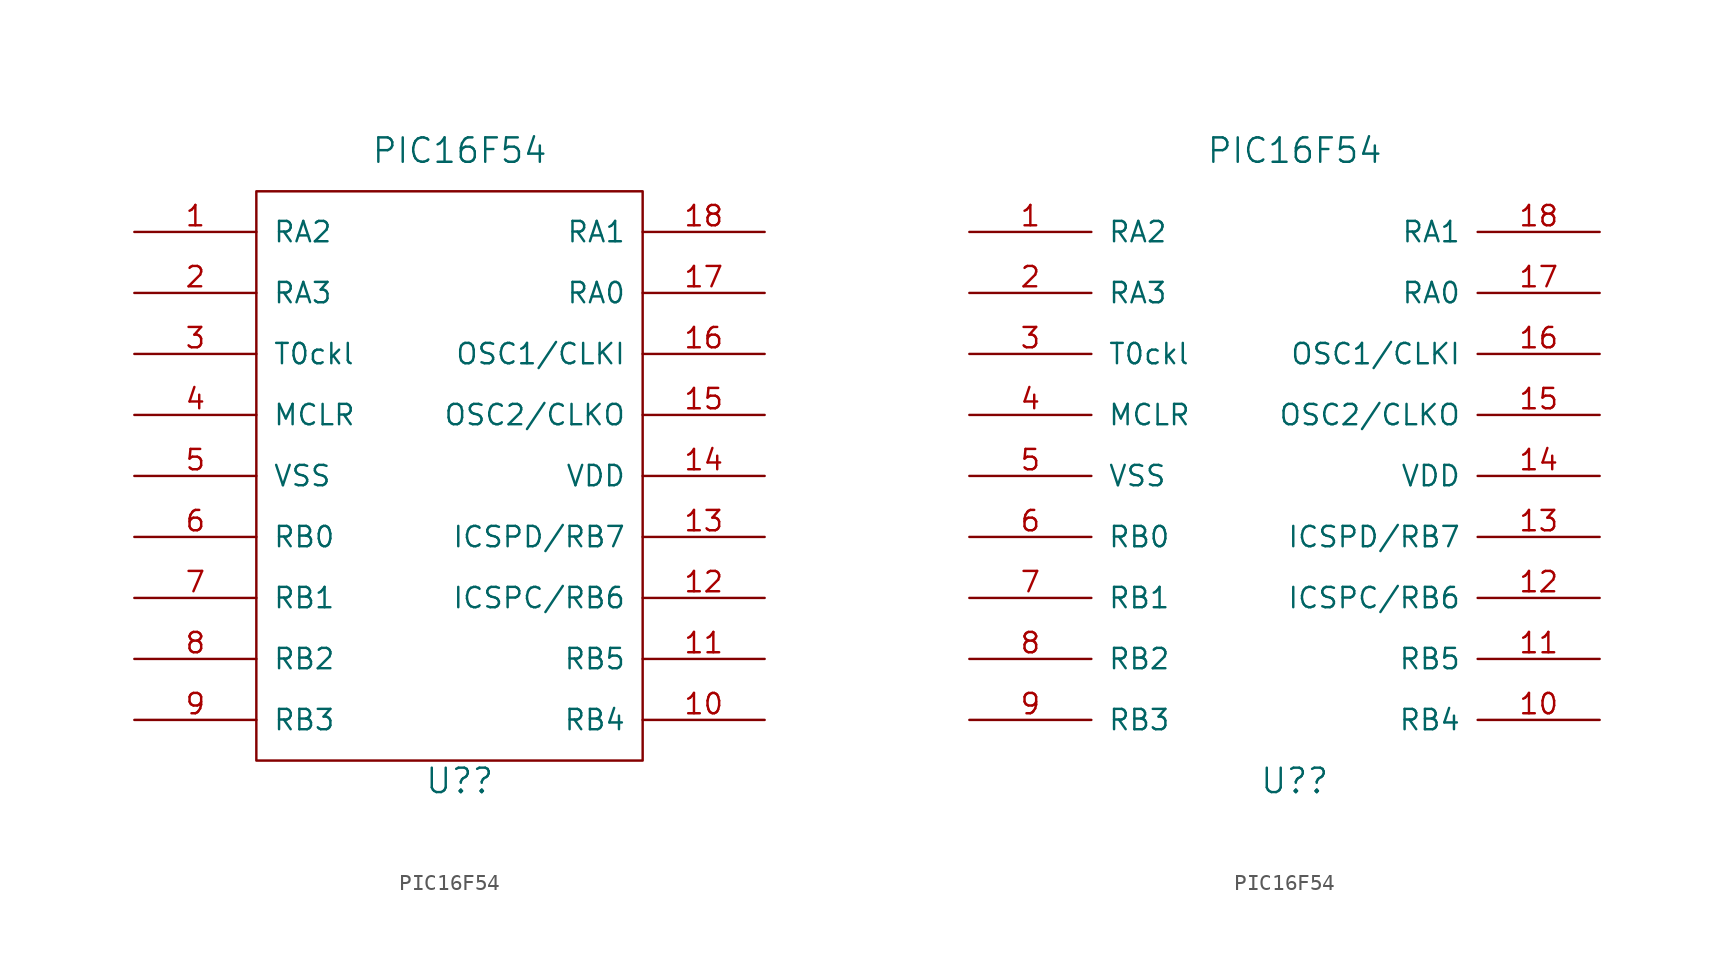
<source format=kicad_sym>
(kicad_symbol_lib
  (version 20211014)
  (generator kicad_symbol_editor)
  (symbol "PIC16F54"
    (pin_names
      (offset 1.016))
    (property "Reference" "U?"
      (at 0 -19.05 0)
      (effects (font (size 1.524 1.524))))
    (property "Value" "PIC16F54"
      (at 0 20.32 0)
      (effects (font (size 1.524 1.524))))
    (property "Footprint" ""
      (at 0 0 0)
      (effects (font (size 1.524 1.524))))
    (property "Datasheet" ""
      (at 0 0 0)
      (effects (font (size 1.524 1.524))))
    (symbol "PIC16F54_0_1"
      (rectangle (start -12.7 17.78) (end 11.43 -17.78) (stroke (width 0) (type default) (color 0 0 0 0)) (fill (type none))))
    (symbol "PIC16F54_1_1"
      (pin bidirectional line (at -20.32 15.24 0) (length 7.62) (name "RA2" (effects (font (size 1.27 1.27)))) (number "1" (effects (font (size 1.27 1.27)))))
      (pin bidirectional line (at 19.05 -15.24 180) (length 7.62) (name "RB4" (effects (font (size 1.27 1.27)))) (number "10" (effects (font (size 1.27 1.27)))))
      (pin bidirectional line (at 19.05 -11.43 180) (length 7.62) (name "RB5" (effects (font (size 1.27 1.27)))) (number "11" (effects (font (size 1.27 1.27)))))
      (pin bidirectional line (at 19.05 -7.62 180) (length 7.62) (name "ICSPC/RB6" (effects (font (size 1.27 1.27)))) (number "12" (effects (font (size 1.27 1.27)))))
      (pin bidirectional line (at 19.05 -3.81 180) (length 7.62) (name "ICSPD/RB7" (effects (font (size 1.27 1.27)))) (number "13" (effects (font (size 1.27 1.27)))))
      (pin power_in line (at 19.05 0 180) (length 7.62) (name "VDD" (effects (font (size 1.27 1.27)))) (number "14" (effects (font (size 1.27 1.27)))))
      (pin output line (at 19.05 3.81 180) (length 7.62) (name "OSC2/CLKO" (effects (font (size 1.27 1.27)))) (number "15" (effects (font (size 1.27 1.27)))))
      (pin input line (at 19.05 7.62 180) (length 7.62) (name "OSC1/CLKI" (effects (font (size 1.27 1.27)))) (number "16" (effects (font (size 1.27 1.27)))))
      (pin bidirectional line (at 19.05 11.43 180) (length 7.62) (name "RA0" (effects (font (size 1.27 1.27)))) (number "17" (effects (font (size 1.27 1.27)))))
      (pin bidirectional line (at 19.05 15.24 180) (length 7.62) (name "RA1" (effects (font (size 1.27 1.27)))) (number "18" (effects (font (size 1.27 1.27)))))
      (pin bidirectional line (at -20.32 11.43 0) (length 7.62) (name "RA3" (effects (font (size 1.27 1.27)))) (number "2" (effects (font (size 1.27 1.27)))))
      (pin output line (at -20.32 7.62 0) (length 7.62) (name "T0ckl" (effects (font (size 1.27 1.27)))) (number "3" (effects (font (size 1.27 1.27)))))
      (pin input line (at -20.32 3.81 0) (length 7.62) (name "MCLR" (effects (font (size 1.27 1.27)))) (number "4" (effects (font (size 1.27 1.27)))))
      (pin power_in line (at -20.32 0 0) (length 7.62) (name "VSS" (effects (font (size 1.27 1.27)))) (number "5" (effects (font (size 1.27 1.27)))))
      (pin bidirectional line (at -20.32 -3.81 0) (length 7.62) (name "RB0" (effects (font (size 1.27 1.27)))) (number "6" (effects (font (size 1.27 1.27)))))
      (pin bidirectional line (at -20.32 -7.62 0) (length 7.62) (name "RB1" (effects (font (size 1.27 1.27)))) (number "7" (effects (font (size 1.27 1.27)))))
      (pin bidirectional line (at -20.32 -11.43 0) (length 7.62) (name "RB2" (effects (font (size 1.27 1.27)))) (number "8" (effects (font (size 1.27 1.27)))))
      (pin bidirectional line (at -20.32 -15.24 0) (length 7.62) (name "RB3" (effects (font (size 1.27 1.27)))) (number "9" (effects (font (size 1.27 1.27))))))
    (symbol "PIC16F54_1_2"
      (pin bidirectional line (at -20.32 15.24 0) (length 7.62) (name "RA2" (effects (font (size 1.27 1.27)))) (number "1" (effects (font (size 1.27 1.27)))))
      (pin bidirectional line (at 19.05 -15.24 180) (length 7.62) (name "RB4" (effects (font (size 1.27 1.27)))) (number "10" (effects (font (size 1.27 1.27)))))
      (pin bidirectional line (at 19.05 -11.43 180) (length 7.62) (name "RB5" (effects (font (size 1.27 1.27)))) (number "11" (effects (font (size 1.27 1.27)))))
      (pin bidirectional line (at 19.05 -7.62 180) (length 7.62) (name "ICSPC/RB6" (effects (font (size 1.27 1.27)))) (number "12" (effects (font (size 1.27 1.27)))))
      (pin bidirectional line (at 19.05 -3.81 180) (length 7.62) (name "ICSPD/RB7" (effects (font (size 1.27 1.27)))) (number "13" (effects (font (size 1.27 1.27)))))
      (pin power_in line (at 19.05 0 180) (length 7.62) (name "VDD" (effects (font (size 1.27 1.27)))) (number "14" (effects (font (size 1.27 1.27)))))
      (pin output line (at 19.05 3.81 180) (length 7.62) (name "OSC2/CLKO" (effects (font (size 1.27 1.27)))) (number "15" (effects (font (size 1.27 1.27)))))
      (pin input line (at 19.05 7.62 180) (length 7.62) (name "OSC1/CLKI" (effects (font (size 1.27 1.27)))) (number "16" (effects (font (size 1.27 1.27)))))
      (pin bidirectional line (at 19.05 11.43 180) (length 7.62) (name "RA0" (effects (font (size 1.27 1.27)))) (number "17" (effects (font (size 1.27 1.27)))))
      (pin bidirectional line (at 19.05 15.24 180) (length 7.62) (name "RA1" (effects (font (size 1.27 1.27)))) (number "18" (effects (font (size 1.27 1.27)))))
      (pin bidirectional line (at -20.32 11.43 0) (length 7.62) (name "RA3" (effects (font (size 1.27 1.27)))) (number "2" (effects (font (size 1.27 1.27)))))
      (pin output line (at -20.32 7.62 0) (length 7.62) (name "T0ckl" (effects (font (size 1.27 1.27)))) (number "3" (effects (font (size 1.27 1.27)))))
      (pin input line (at -20.32 3.81 0) (length 7.62) (name "MCLR" (effects (font (size 1.27 1.27)))) (number "4" (effects (font (size 1.27 1.27)))))
      (pin power_in line (at -20.32 0 0) (length 7.62) (name "VSS" (effects (font (size 1.27 1.27)))) (number "5" (effects (font (size 1.27 1.27)))))
      (pin bidirectional line (at -20.32 -3.81 0) (length 7.62) (name "RB0" (effects (font (size 1.27 1.27)))) (number "6" (effects (font (size 1.27 1.27)))))
      (pin bidirectional line (at -20.32 -7.62 0) (length 7.62) (name "RB1" (effects (font (size 1.27 1.27)))) (number "7" (effects (font (size 1.27 1.27)))))
      (pin bidirectional line (at -20.32 -11.43 0) (length 7.62) (name "RB2" (effects (font (size 1.27 1.27)))) (number "8" (effects (font (size 1.27 1.27)))))
      (pin bidirectional line (at -20.32 -15.24 0) (length 7.62) (name "RB3" (effects (font (size 1.27 1.27)))) (number "9" (effects (font (size 1.27 1.27))))))))
</source>
